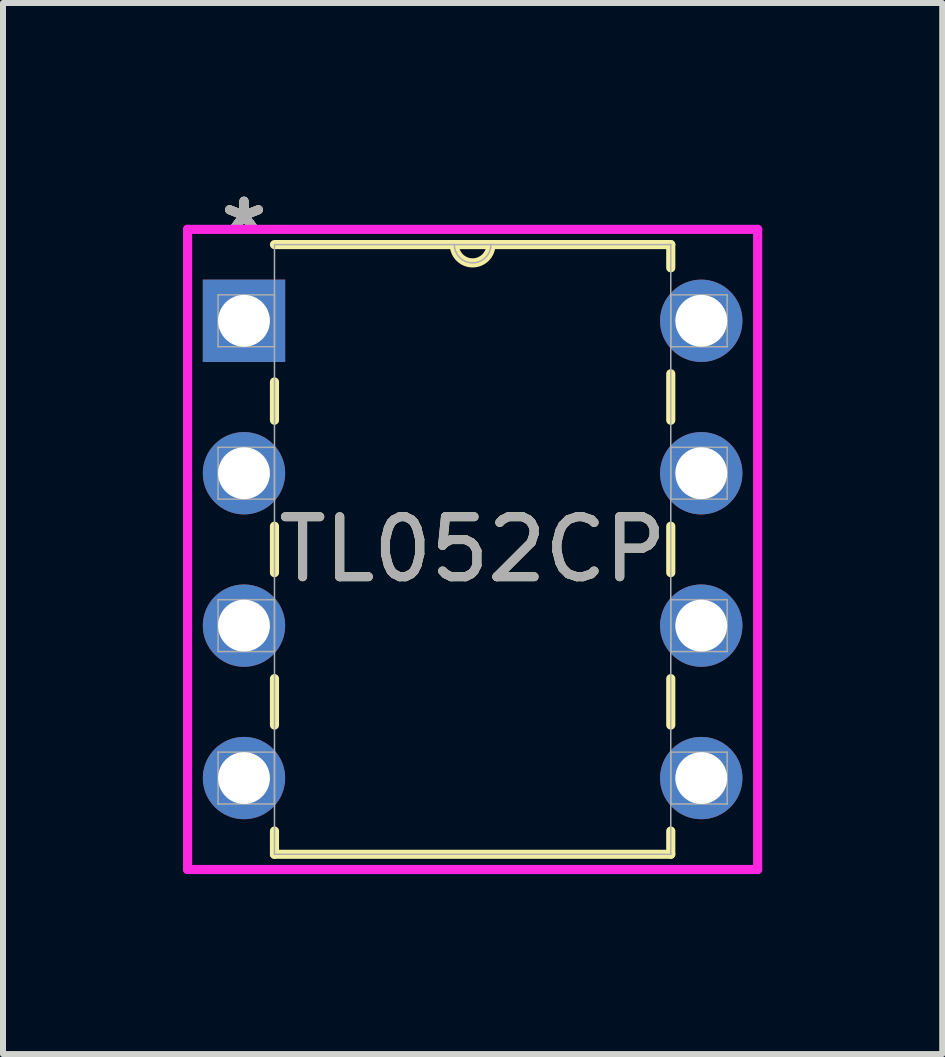
<source format=kicad_pcb>
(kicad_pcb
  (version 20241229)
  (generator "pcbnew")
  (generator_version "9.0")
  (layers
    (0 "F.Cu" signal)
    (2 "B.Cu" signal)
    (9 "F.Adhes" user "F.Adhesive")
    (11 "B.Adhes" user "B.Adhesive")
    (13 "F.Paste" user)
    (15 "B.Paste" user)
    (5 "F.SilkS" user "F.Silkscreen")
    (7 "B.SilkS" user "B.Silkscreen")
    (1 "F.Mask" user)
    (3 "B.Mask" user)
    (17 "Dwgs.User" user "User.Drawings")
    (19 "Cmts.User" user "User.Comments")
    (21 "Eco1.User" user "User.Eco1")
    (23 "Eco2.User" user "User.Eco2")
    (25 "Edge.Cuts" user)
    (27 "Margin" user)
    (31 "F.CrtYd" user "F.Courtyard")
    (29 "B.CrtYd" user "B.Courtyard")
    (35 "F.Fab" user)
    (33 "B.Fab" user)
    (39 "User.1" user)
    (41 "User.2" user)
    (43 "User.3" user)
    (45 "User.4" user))
  (footprint "TL052CP"
    (layer "F.Cu")
    (at 8.636 9.916)
    (property "Reference" "TL052CP" (at -3.81 -3.81 0) (unlocked yes) (layer "F.SilkS") (effects (font (size 1 1) (thickness 0.15))))
    (attr through_hole)
    (fp_line (start -7.112 -6.601) (end -7.112 -5.963) (stroke (width 0.152) (type solid)) (layer "F.SilkS"))
    (fp_line (start -7.112 -4.197) (end -7.112 -3.423) (stroke (width 0.152) (type solid)) (layer "F.SilkS"))
    (fp_line (start -7.112 -1.657) (end -7.112 -0.883) (stroke (width 0.152) (type solid)) (layer "F.SilkS"))
    (fp_line (start -7.112 0.883) (end -7.112 1.27) (stroke (width 0.152) (type solid)) (layer "F.SilkS"))
    (fp_line (start -7.112 1.27) (end -0.508 1.27) (stroke (width 0.152) (type solid)) (layer "F.SilkS"))
    (fp_line (start -0.508 -8.89) (end -7.112 -8.89) (stroke (width 0.152) (type solid)) (layer "F.SilkS"))
    (fp_line (start -0.508 -8.503) (end -0.508 -8.89) (stroke (width 0.152) (type solid)) (layer "F.SilkS"))
    (fp_line (start -0.508 -5.963) (end -0.508 -6.737) (stroke (width 0.152) (type solid)) (layer "F.SilkS"))
    (fp_line (start -0.508 -3.423) (end -0.508 -4.197) (stroke (width 0.152) (type solid)) (layer "F.SilkS"))
    (fp_line (start -0.508 -0.883) (end -0.508 -1.657) (stroke (width 0.152) (type solid)) (layer "F.SilkS"))
    (fp_line (start -0.508 1.27) (end -0.508 0.883) (stroke (width 0.152) (type solid)) (layer "F.SilkS"))
    (fp_arc (start -3.5052 -8.89) (mid -3.81 -8.5852) (end -4.1148 -8.89) (stroke (width 0.1524) (type solid)) (layer "F.SilkS"))
    (fp_line (start -8.56 -9.144) (end -8.56 1.524) (stroke (width 0.152) (type solid)) (layer "F.CrtYd"))
    (fp_line (start -8.56 1.524) (end 0.94 1.524) (stroke (width 0.152) (type solid)) (layer "F.CrtYd"))
    (fp_line (start 0.94 -9.144) (end -8.56 -9.144) (stroke (width 0.152) (type solid)) (layer "F.CrtYd"))
    (fp_line (start 0.94 1.524) (end 0.94 -9.144) (stroke (width 0.152) (type solid)) (layer "F.CrtYd"))
    (fp_line (start -8.052 -8.052) (end -8.052 -7.188) (stroke (width 0.025) (type solid)) (layer "F.Fab"))
    (fp_line (start -8.052 -7.188) (end -7.112 -7.188) (stroke (width 0.025) (type solid)) (layer "F.Fab"))
    (fp_line (start -8.052 -5.512) (end -8.052 -4.648) (stroke (width 0.025) (type solid)) (layer "F.Fab"))
    (fp_line (start -8.052 -4.648) (end -7.112 -4.648) (stroke (width 0.025) (type solid)) (layer "F.Fab"))
    (fp_line (start -8.052 -2.972) (end -8.052 -2.108) (stroke (width 0.025) (type solid)) (layer "F.Fab"))
    (fp_line (start -8.052 -2.108) (end -7.112 -2.108) (stroke (width 0.025) (type solid)) (layer "F.Fab"))
    (fp_line (start -8.052 -0.432) (end -8.052 0.432) (stroke (width 0.025) (type solid)) (layer "F.Fab"))
    (fp_line (start -8.052 0.432) (end -7.112 0.432) (stroke (width 0.025) (type solid)) (layer "F.Fab"))
    (fp_line (start -7.112 -8.89) (end -7.112 1.27) (stroke (width 0.025) (type solid)) (layer "F.Fab"))
    (fp_line (start -7.112 -8.052) (end -8.052 -8.052) (stroke (width 0.025) (type solid)) (layer "F.Fab"))
    (fp_line (start -7.112 -7.188) (end -7.112 -8.052) (stroke (width 0.025) (type solid)) (layer "F.Fab"))
    (fp_line (start -7.112 -5.512) (end -8.052 -5.512) (stroke (width 0.025) (type solid)) (layer "F.Fab"))
    (fp_line (start -7.112 -4.648) (end -7.112 -5.512) (stroke (width 0.025) (type solid)) (layer "F.Fab"))
    (fp_line (start -7.112 -2.972) (end -8.052 -2.972) (stroke (width 0.025) (type solid)) (layer "F.Fab"))
    (fp_line (start -7.112 -2.108) (end -7.112 -2.972) (stroke (width 0.025) (type solid)) (layer "F.Fab"))
    (fp_line (start -7.112 -0.432) (end -8.052 -0.432) (stroke (width 0.025) (type solid)) (layer "F.Fab"))
    (fp_line (start -7.112 0.432) (end -7.112 -0.432) (stroke (width 0.025) (type solid)) (layer "F.Fab"))
    (fp_line (start -7.112 1.27) (end -0.508 1.27) (stroke (width 0.025) (type solid)) (layer "F.Fab"))
    (fp_line (start -0.508 -8.89) (end -7.112 -8.89) (stroke (width 0.025) (type solid)) (layer "F.Fab"))
    (fp_line (start -0.508 -8.052) (end -0.508 -7.188) (stroke (width 0.025) (type solid)) (layer "F.Fab"))
    (fp_line (start -0.508 -7.188) (end 0.432 -7.188) (stroke (width 0.025) (type solid)) (layer "F.Fab"))
    (fp_line (start -0.508 -5.512) (end -0.508 -4.648) (stroke (width 0.025) (type solid)) (layer "F.Fab"))
    (fp_line (start -0.508 -4.648) (end 0.432 -4.648) (stroke (width 0.025) (type solid)) (layer "F.Fab"))
    (fp_line (start -0.508 -2.972) (end -0.508 -2.108) (stroke (width 0.025) (type solid)) (layer "F.Fab"))
    (fp_line (start -0.508 -2.108) (end 0.432 -2.108) (stroke (width 0.025) (type solid)) (layer "F.Fab"))
    (fp_line (start -0.508 -0.432) (end -0.508 0.432) (stroke (width 0.025) (type solid)) (layer "F.Fab"))
    (fp_line (start -0.508 0.432) (end 0.432 0.432) (stroke (width 0.025) (type solid)) (layer "F.Fab"))
    (fp_line (start -0.508 1.27) (end -0.508 -8.89) (stroke (width 0.025) (type solid)) (layer "F.Fab"))
    (fp_line (start 0.432 -8.052) (end -0.508 -8.052) (stroke (width 0.025) (type solid)) (layer "F.Fab"))
    (fp_line (start 0.432 -7.188) (end 0.432 -8.052) (stroke (width 0.025) (type solid)) (layer "F.Fab"))
    (fp_line (start 0.432 -5.512) (end -0.508 -5.512) (stroke (width 0.025) (type solid)) (layer "F.Fab"))
    (fp_line (start 0.432 -4.648) (end 0.432 -5.512) (stroke (width 0.025) (type solid)) (layer "F.Fab"))
    (fp_line (start 0.432 -2.972) (end -0.508 -2.972) (stroke (width 0.025) (type solid)) (layer "F.Fab"))
    (fp_line (start 0.432 -2.108) (end 0.432 -2.972) (stroke (width 0.025) (type solid)) (layer "F.Fab"))
    (fp_line (start 0.432 -0.432) (end -0.508 -0.432) (stroke (width 0.025) (type solid)) (layer "F.Fab"))
    (fp_line (start 0.432 0.432) (end 0.432 -0.432) (stroke (width 0.025) (type solid)) (layer "F.Fab"))
    (fp_arc (start -3.5052 -8.89) (mid -3.81 -8.5852) (end -4.1148 -8.89) (stroke (width 0.0254) (type solid)) (layer "F.Fab"))
    (fp_text user "*" (at -7.62 -9.068 0) (layer "F.SilkS") (effects (font (size 1 1) (thickness 0.15))))
    (fp_text user "*" (at -7.62 -9.068 0) (unlocked yes) (layer "F.SilkS") (effects (font (size 1 1) (thickness 0.15))))
    (fp_text user "*" (at -7.62 -9.068 0) (unlocked yes) (layer "F.Fab") (effects (font (size 1 1) (thickness 0.15))))
    (fp_text user "*" (at -7.62 -9.068 0) (layer "F.Fab") (effects (font (size 1 1) (thickness 0.15))))
    (fp_text user "${REFERENCE}" (at -3.81 -3.81 0) (unlocked yes) (layer "F.Fab") (effects (font (size 1 1) (thickness 0.15))))
    (pad "1" thru_hole rect (at -7.62 -7.62) (size 1.372 1.372) (drill 0.864) (layers "*.Cu" "*.Mask"))
    (pad "2" thru_hole circle (at -7.62 -5.08) (size 1.372 1.372) (drill 0.864) (layers "*.Cu" "*.Mask"))
    (pad "3" thru_hole circle (at -7.62 -2.54) (size 1.372 1.372) (drill 0.864) (layers "*.Cu" "*.Mask"))
    (pad "4" thru_hole circle (at -7.62 0) (size 1.372 1.372) (drill 0.864) (layers "*.Cu" "*.Mask"))
    (pad "5" thru_hole circle (at 0 0) (size 1.372 1.372) (drill 0.864) (layers "*.Cu" "*.Mask"))
    (pad "6" thru_hole circle (at 0 -2.54) (size 1.372 1.372) (drill 0.864) (layers "*.Cu" "*.Mask"))
    (pad "7" thru_hole circle (at 0 -5.08) (size 1.372 1.372) (drill 0.864) (layers "*.Cu" "*.Mask"))
    (pad "8" thru_hole circle (at 0 -7.62) (size 1.372 1.372) (drill 0.864) (layers "*.Cu" "*.Mask")))
  (gr_rect
    (start -3 -3)
    (end 12.652 14.516)
    (stroke (width 0.1) (type default))
    (fill no)
    (layer "Edge.Cuts")))
</source>
